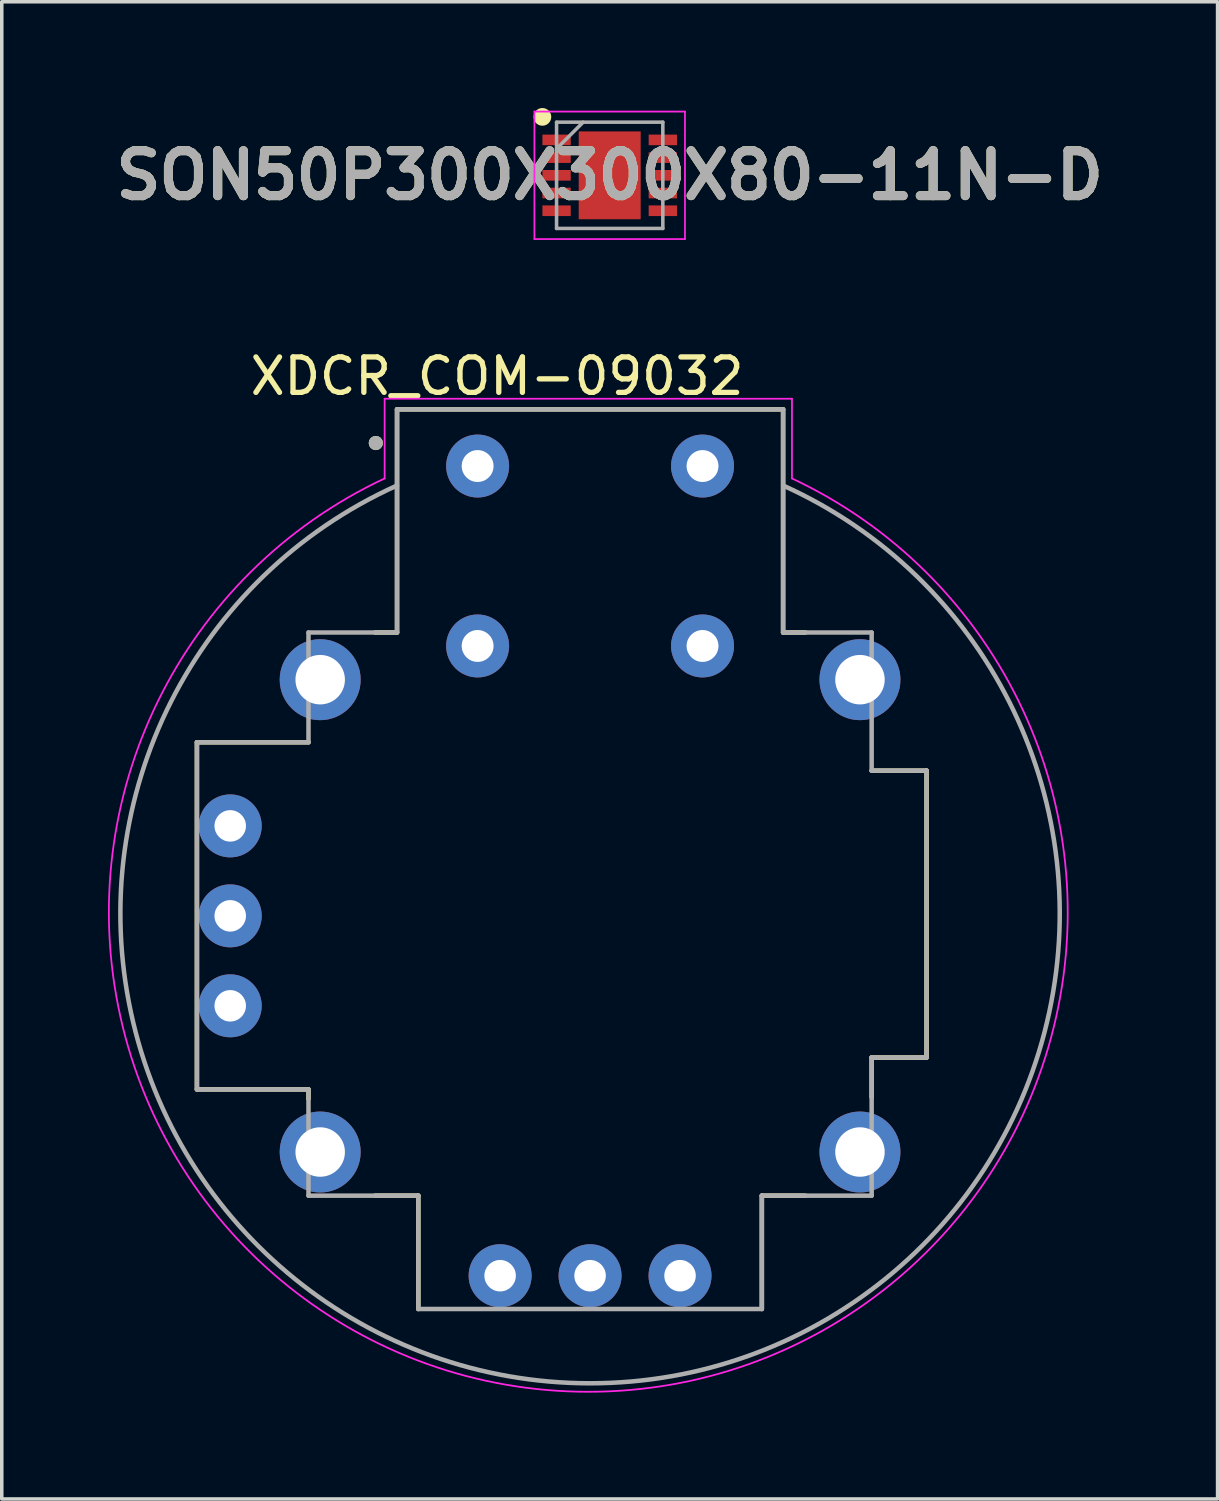
<source format=kicad_pcb>
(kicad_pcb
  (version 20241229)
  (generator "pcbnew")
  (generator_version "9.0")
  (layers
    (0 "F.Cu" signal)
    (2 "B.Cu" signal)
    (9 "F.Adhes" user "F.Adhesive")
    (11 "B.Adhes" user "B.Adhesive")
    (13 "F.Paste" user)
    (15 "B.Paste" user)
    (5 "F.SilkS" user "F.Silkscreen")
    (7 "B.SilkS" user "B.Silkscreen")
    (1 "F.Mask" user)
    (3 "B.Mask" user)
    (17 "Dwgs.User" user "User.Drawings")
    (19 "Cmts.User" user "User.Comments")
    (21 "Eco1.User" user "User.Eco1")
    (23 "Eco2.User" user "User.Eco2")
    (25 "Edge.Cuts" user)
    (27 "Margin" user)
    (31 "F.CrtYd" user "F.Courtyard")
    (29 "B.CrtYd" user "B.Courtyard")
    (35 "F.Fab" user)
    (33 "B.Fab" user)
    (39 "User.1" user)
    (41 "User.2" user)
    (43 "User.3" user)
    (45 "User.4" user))
  (footprint "XDCR_COM-09032"
    (layer "F.Cu")
    (at 13.61 22.808)
    (property "Reference" "XDCR_COM-09032" (at -2.625 -15.235 0) (layer "F.SilkS") (effects (font (size 1 1) (thickness 0.15))))
    (attr through_hole)
    (fp_line (start -11.1 -4.9) (end -7.95 -4.9) (stroke (width 0.127) (type solid)) (layer "F.SilkS"))
    (fp_line (start -11.1 4.9) (end -11.1 -4.9) (stroke (width 0.127) (type solid)) (layer "F.SilkS"))
    (fp_line (start -7.95 4.9) (end -11.1 4.9) (stroke (width 0.127) (type solid)) (layer "F.SilkS"))
    (fp_line (start -7.95 5.17) (end -7.95 4.9) (stroke (width 0.127) (type solid)) (layer "F.SilkS"))
    (fp_line (start -6.07 -8) (end -5.45 -8) (stroke (width 0.127) (type solid)) (layer "F.SilkS"))
    (fp_line (start -5.45 -14.3) (end 5.45 -14.3) (stroke (width 0.127) (type solid)) (layer "F.SilkS"))
    (fp_line (start -5.45 -8) (end -5.45 -14.3) (stroke (width 0.127) (type solid)) (layer "F.SilkS"))
    (fp_line (start -4.85 7.9) (end -6.07 7.9) (stroke (width 0.127) (type solid)) (layer "F.SilkS"))
    (fp_line (start -4.85 11.1) (end -4.85 7.9) (stroke (width 0.127) (type solid)) (layer "F.SilkS"))
    (fp_line (start 4.85 7.9) (end 4.85 11.1) (stroke (width 0.127) (type solid)) (layer "F.SilkS"))
    (fp_line (start 5.45 -14.3) (end 5.45 -8) (stroke (width 0.127) (type solid)) (layer "F.SilkS"))
    (fp_line (start 5.45 -8) (end 6.08 -8) (stroke (width 0.127) (type solid)) (layer "F.SilkS"))
    (fp_line (start 6.08 7.9) (end 4.85 7.9) (stroke (width 0.127) (type solid)) (layer "F.SilkS"))
    (fp_line (start 7.95 -4.1) (end 9.5 -4.1) (stroke (width 0.127) (type solid)) (layer "F.SilkS"))
    (fp_line (start 7.95 4) (end 7.95 5.12) (stroke (width 0.127) (type solid)) (layer "F.SilkS"))
    (fp_line (start 9.5 -4.1) (end 9.5 4) (stroke (width 0.127) (type solid)) (layer "F.SilkS"))
    (fp_line (start 9.5 4) (end 7.95 4) (stroke (width 0.127) (type solid)) (layer "F.SilkS"))
    (fp_circle (center -6.05 -13.35) (end -5.95 -13.35) (stroke (width 0.2) (type solid)) (fill no) (layer "F.SilkS"))
    (fp_line (start -5.8 -14.6) (end 5.7 -14.6) (stroke (width 0.05) (type solid)) (layer "F.CrtYd"))
    (fp_line (start -5.8 -12.35) (end -5.8 -14.6) (stroke (width 0.05) (type solid)) (layer "F.CrtYd"))
    (fp_line (start 5.7 -14.6) (end 5.7 -12.35) (stroke (width 0.05) (type solid)) (layer "F.CrtYd"))
    (fp_arc (start 5.7 -12.35) (mid -0.05 13.437438) (end -5.8 -12.35) (stroke (width 0.05) (type solid)) (layer "F.CrtYd"))
    (fp_line (start -11.1 -4.9) (end -11.1 4.9) (stroke (width 0.127) (type solid)) (layer "F.Fab"))
    (fp_line (start -7.95 -4.9) (end -11.1 -4.9) (stroke (width 0.127) (type solid)) (layer "F.Fab"))
    (fp_line (start -7.95 -4.9) (end -7.95 -8) (stroke (width 0.127) (type solid)) (layer "F.Fab"))
    (fp_line (start -7.95 4.9) (end -11.1 4.9) (stroke (width 0.127) (type solid)) (layer "F.Fab"))
    (fp_line (start -7.95 4.9) (end -7.95 7.9) (stroke (width 0.127) (type solid)) (layer "F.Fab"))
    (fp_line (start -5.45 -14.3) (end -5.45 -8) (stroke (width 0.127) (type solid)) (layer "F.Fab"))
    (fp_line (start -5.45 -8) (end -7.95 -8) (stroke (width 0.127) (type solid)) (layer "F.Fab"))
    (fp_line (start -4.85 7.9) (end -7.95 7.9) (stroke (width 0.127) (type solid)) (layer "F.Fab"))
    (fp_line (start -4.85 11.1) (end -4.85 7.9) (stroke (width 0.127) (type solid)) (layer "F.Fab"))
    (fp_line (start 4.85 7.9) (end 7.95 7.9) (stroke (width 0.127) (type solid)) (layer "F.Fab"))
    (fp_line (start 4.85 11.1) (end -4.85 11.1) (stroke (width 0.127) (type solid)) (layer "F.Fab"))
    (fp_line (start 4.85 11.1) (end 4.85 7.9) (stroke (width 0.127) (type solid)) (layer "F.Fab"))
    (fp_line (start 5.45 -14.3) (end -5.45 -14.3) (stroke (width 0.127) (type solid)) (layer "F.Fab"))
    (fp_line (start 5.45 -14.3) (end 5.45 -8) (stroke (width 0.127) (type solid)) (layer "F.Fab"))
    (fp_line (start 7.95 -8) (end 5.45 -8) (stroke (width 0.127) (type solid)) (layer "F.Fab"))
    (fp_line (start 7.95 -4.1) (end 7.95 -8) (stroke (width 0.127) (type solid)) (layer "F.Fab"))
    (fp_line (start 7.95 -4.1) (end 9.5 -4.1) (stroke (width 0.127) (type solid)) (layer "F.Fab"))
    (fp_line (start 7.95 4) (end 7.95 7.9) (stroke (width 0.127) (type solid)) (layer "F.Fab"))
    (fp_line (start 7.95 4) (end 9.5 4) (stroke (width 0.127) (type solid)) (layer "F.Fab"))
    (fp_line (start 9.5 -4.1) (end 9.5 4) (stroke (width 0.127) (type solid)) (layer "F.Fab"))
    (fp_arc (start 5.45 -12.15) (mid 0 13.197504) (end -5.45 -12.15) (stroke (width 0.127) (type solid)) (layer "F.Fab"))
    (fp_circle (center -6.05 -13.35) (end -5.95 -13.35) (stroke (width 0.2) (type solid)) (fill no) (layer "F.Fab"))
    (pad "B1A" thru_hole circle (at -3.175 -12.7) (size 1.778 1.778) (drill 0.9) (layers "*.Cu" "*.Mask"))
    (pad "B1B" thru_hole circle (at 3.175 -12.7) (size 1.778 1.778) (drill 0.9) (layers "*.Cu" "*.Mask"))
    (pad "B2A" thru_hole circle (at -3.175 -7.62) (size 1.778 1.778) (drill 0.9) (layers "*.Cu" "*.Mask"))
    (pad "B2B" thru_hole circle (at 3.175 -7.62) (size 1.778 1.778) (drill 0.9) (layers "*.Cu" "*.Mask"))
    (pad "H1" thru_hole circle (at -2.54 10.16) (size 1.778 1.778) (drill 0.889) (layers "*.Cu" "*.Mask"))
    (pad "H2" thru_hole circle (at 0 10.16) (size 1.778 1.778) (drill 0.889) (layers "*.Cu" "*.Mask"))
    (pad "H3" thru_hole circle (at 2.54 10.16) (size 1.778 1.778) (drill 0.889) (layers "*.Cu" "*.Mask"))
    (pad "S1" thru_hole circle (at -7.62 -6.668) (size 2.286 2.286) (drill 1.397) (layers "*.Cu" "*.Mask"))
    (pad "S2" thru_hole circle (at -7.62 6.668) (size 2.286 2.286) (drill 1.397) (layers "*.Cu" "*.Mask"))
    (pad "S3" thru_hole circle (at 7.62 6.668) (size 2.286 2.286) (drill 1.397) (layers "*.Cu" "*.Mask"))
    (pad "S4" thru_hole circle (at 7.62 -6.668) (size 2.286 2.286) (drill 1.397) (layers "*.Cu" "*.Mask"))
    (pad "V1" thru_hole circle (at -10.16 -2.54) (size 1.778 1.778) (drill 0.889) (layers "*.Cu" "*.Mask"))
    (pad "V2" thru_hole circle (at -10.16 0) (size 1.778 1.778) (drill 0.889) (layers "*.Cu" "*.Mask"))
    (pad "V3" thru_hole circle (at -10.16 2.54) (size 1.778 1.778) (drill 0.889) (layers "*.Cu" "*.Mask")))
  (footprint "SON50P300X300X80-11N-D"
    (layer "F.Cu")
    (at 14.164 1.9)
    (property "Reference" "SON50P300X300X80-11N-D" (at 0 0 0) (layer "F.SilkS") (effects (font (size 1.27 1.27) (thickness 0.254))))
    (attr smd)
    (fp_circle (center -1.9 -1.65) (end -1.9 -1.525) (stroke (width 0.25) (type solid)) (fill no) (layer "F.SilkS"))
    (fp_line (start -2.125 -1.8) (end 2.125 -1.8) (stroke (width 0.05) (type solid)) (layer "F.CrtYd"))
    (fp_line (start -2.125 1.8) (end -2.125 -1.8) (stroke (width 0.05) (type solid)) (layer "F.CrtYd"))
    (fp_line (start 2.125 -1.8) (end 2.125 1.8) (stroke (width 0.05) (type solid)) (layer "F.CrtYd"))
    (fp_line (start 2.125 1.8) (end -2.125 1.8) (stroke (width 0.05) (type solid)) (layer "F.CrtYd"))
    (fp_line (start -1.5 -1.5) (end 1.5 -1.5) (stroke (width 0.1) (type solid)) (layer "F.Fab"))
    (fp_line (start -1.5 -0.75) (end -0.75 -1.5) (stroke (width 0.1) (type solid)) (layer "F.Fab"))
    (fp_line (start -1.5 1.5) (end -1.5 -1.5) (stroke (width 0.1) (type solid)) (layer "F.Fab"))
    (fp_line (start 1.5 -1.5) (end 1.5 1.5) (stroke (width 0.1) (type solid)) (layer "F.Fab"))
    (fp_line (start 1.5 1.5) (end -1.5 1.5) (stroke (width 0.1) (type solid)) (layer "F.Fab"))
    (fp_text user "${REFERENCE}" (at 0 0 0) (layer "F.Fab") (effects (font (size 1.27 1.27) (thickness 0.254))))
    (pad "1" smd rect (at -1.5 -1 90) (size 0.3 0.8) (layers "F.Cu" "F.Mask" "F.Paste"))
    (pad "2" smd rect (at -1.5 -0.5 90) (size 0.3 0.8) (layers "F.Cu" "F.Mask" "F.Paste"))
    (pad "3" smd rect (at -1.5 0 90) (size 0.3 0.8) (layers "F.Cu" "F.Mask" "F.Paste"))
    (pad "4" smd rect (at -1.5 0.5 90) (size 0.3 0.8) (layers "F.Cu" "F.Mask" "F.Paste"))
    (pad "5" smd rect (at -1.5 1 90) (size 0.3 0.8) (layers "F.Cu" "F.Mask" "F.Paste"))
    (pad "6" smd rect (at 1.5 1 90) (size 0.3 0.8) (layers "F.Cu" "F.Mask" "F.Paste"))
    (pad "7" smd rect (at 1.5 0.5 90) (size 0.3 0.8) (layers "F.Cu" "F.Mask" "F.Paste"))
    (pad "8" smd rect (at 1.5 0 90) (size 0.3 0.8) (layers "F.Cu" "F.Mask" "F.Paste"))
    (pad "9" smd rect (at 1.5 -0.5 90) (size 0.3 0.8) (layers "F.Cu" "F.Mask" "F.Paste"))
    (pad "10" smd rect (at 1.5 -1 90) (size 0.3 0.8) (layers "F.Cu" "F.Mask" "F.Paste"))
    (pad "11" smd rect (at 0 0) (size 1.75 2.48) (layers "F.Cu" "F.Mask" "F.Paste")))
  (gr_rect
    (start -3 -3)
    (end 31.327 39.271)
    (stroke (width 0.1) (type default))
    (fill no)
    (layer "Edge.Cuts")))
</source>
